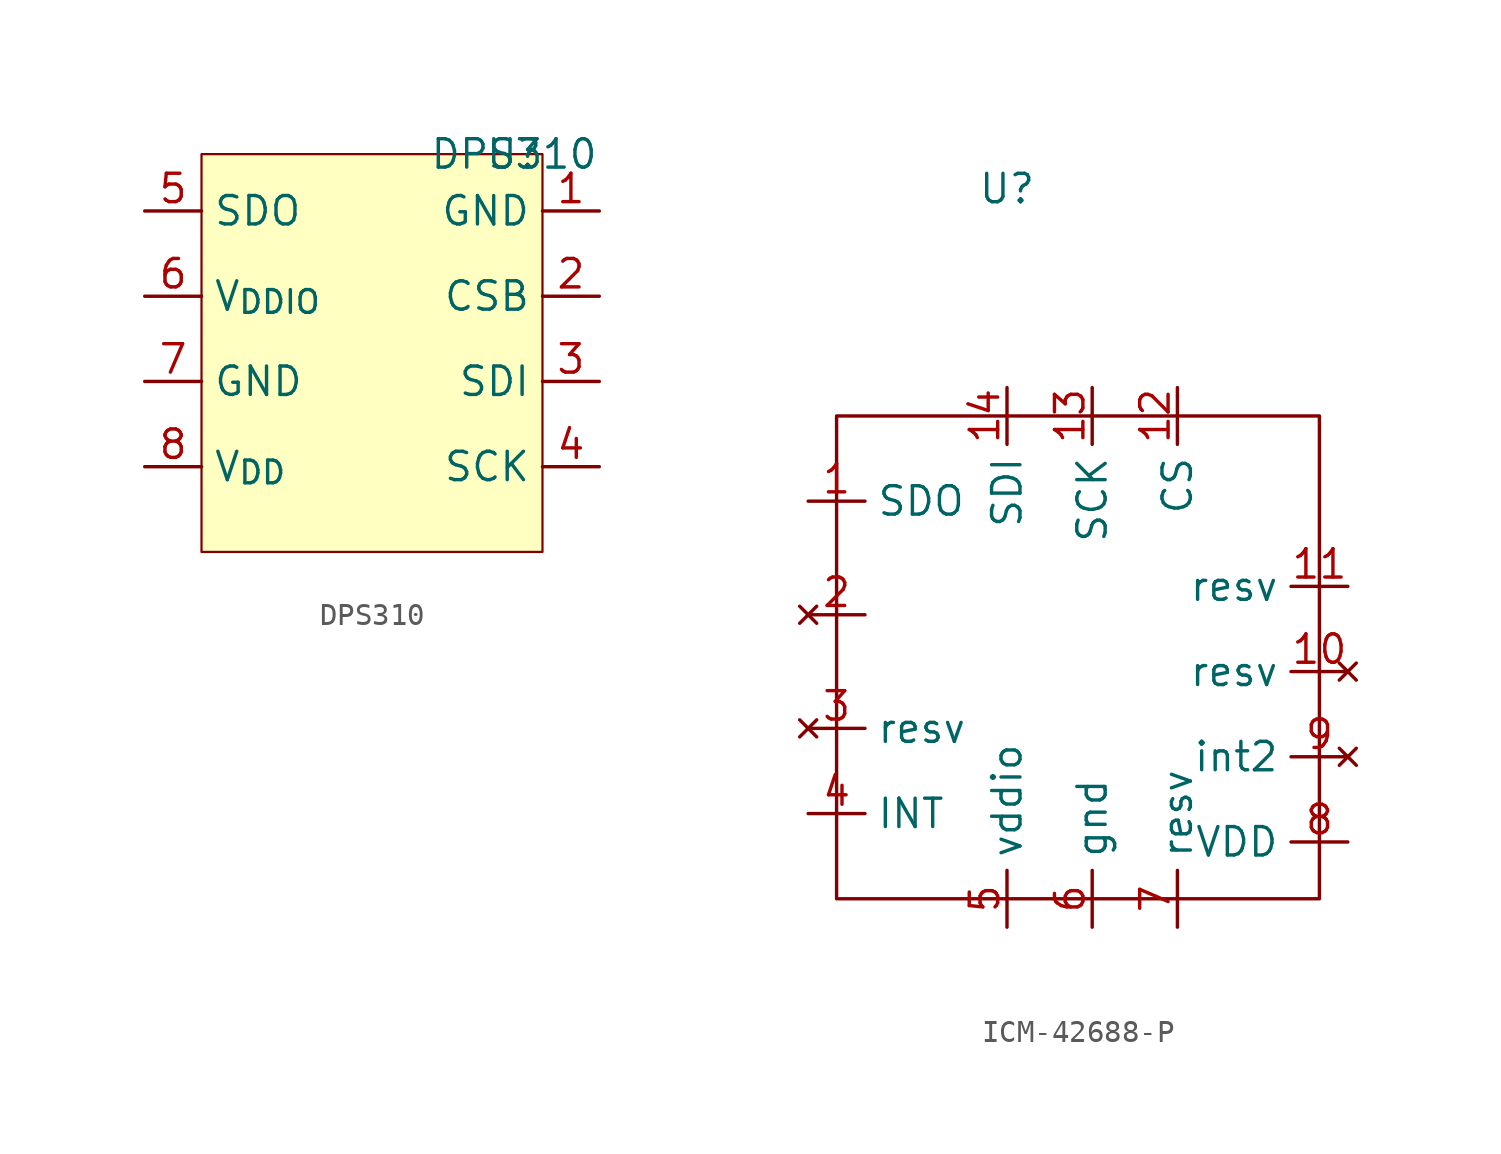
<source format=kicad_sym>
(kicad_symbol_lib
  (version 20220914)
  (generator kicad_symbol_editor)
  (symbol "DPS310"
    (property "Reference" "U"
      (at 0 0 0)
      (effects (font (size 1.27 1.27))))
    (property "Value" "DPS310"
      (at 0 0 0)
      (effects (font (size 1.27 1.27))))
    (symbol "DPS310_0_1"
      (rectangle (start -13.97 0) (end 1.27 -17.78) (stroke (width 0.1) (type default)) (fill (type background))))
    (symbol "DPS310_1_1"
      (pin power_out line (at 3.81 -2.54 180) (length 2.54) (name "GND" (effects (font (size 1.27 1.27)))) (number "1" (effects (font (size 1.27 1.27)))))
      (pin input line (at 3.81 -6.35 180) (length 2.54) (name "CSB" (effects (font (size 1.27 1.27)))) (number "2" (effects (font (size 1.27 1.27)))))
      (pin tri_state line (at 3.81 -10.16 180) (length 2.54) (name "SDI" (effects (font (size 1.27 1.27)))) (number "3" (effects (font (size 1.27 1.27)))))
      (pin tri_state line (at 3.81 -13.97 180) (length 2.54) (name "SCK" (effects (font (size 1.27 1.27)))) (number "4" (effects (font (size 1.27 1.27)))))
      (pin tri_state line (at -16.51 -2.54 0) (length 2.54) (name "SDO" (effects (font (size 1.27 1.27)))) (number "5" (effects (font (size 1.27 1.27)))))
      (pin power_in line (at -16.51 -6.35 0) (length 2.54) (name "V_{DDIO}" (effects (font (size 1.27 1.27)))) (number "6" (effects (font (size 1.27 1.27)))))
      (pin power_out line (at -16.51 -10.16 0) (length 2.54) (name "GND" (effects (font (size 1.27 1.27)))) (number "7" (effects (font (size 1.27 1.27)))))
      (pin power_in line (at -16.51 -13.97 0) (length 2.54) (name "V_{DD}" (effects (font (size 1.27 1.27)))) (number "8" (effects (font (size 1.27 1.27)))))))
  (symbol "ICM-42688-P"
    (property "Reference" "U"
      (at 0 0 0)
      (effects (font (size 1.27 1.27))))
    (property "Value" ""
      (at 0 0 0)
      (effects (font (size 1.27 1.27))))
    (symbol "ICM-42688-P_0_1"
      (rectangle (start -7.62 -10.16) (end 13.97 -31.75) (stroke (width 0) (type default)) (fill (type none))))
    (symbol "ICM-42688-P_1_1"
      (pin bidirectional line (at -8.89 -13.97 0) (length 2.54) (name "SDO" (effects (font (size 1.27 1.27)))) (number "1" (effects (font (size 1.27 1.27)))))
      (pin no_connect line (at 15.24 -21.59 180) (length 2.54) (name "resv" (effects (font (size 1.27 1.27)))) (number "10" (effects (font (size 1.27 1.27)))))
      (pin power_out line (at 15.24 -17.78 180) (length 2.54) (name "resv" (effects (font (size 1.27 1.27)))) (number "11" (effects (font (size 1.27 1.27)))))
      (pin input line (at 7.62 -8.89 270) (length 2.54) (name "CS" (effects (font (size 1.27 1.27)))) (number "12" (effects (font (size 1.27 1.27)))))
      (pin input line (at 3.81 -8.89 270) (length 2.54) (name "SCK" (effects (font (size 1.27 1.27)))) (number "13" (effects (font (size 1.27 1.27)))))
      (pin input line (at 0 -8.89 270) (length 2.54) (name "SDI" (effects (font (size 1.27 1.27)))) (number "14" (effects (font (size 1.27 1.27)))))
      (pin no_connect line (at -8.89 -19.05 0) (length 2.54) (name "" (effects (font (size 1.27 1.27)))) (number "2" (effects (font (size 1.27 1.27)))))
      (pin no_connect line (at -8.89 -24.13 0) (length 2.54) (name "resv" (effects (font (size 1.27 1.27)))) (number "3" (effects (font (size 1.27 1.27)))))
      (pin input line (at -8.89 -27.94 0) (length 2.54) (name "INT" (effects (font (size 1.27 1.27)))) (number "4" (effects (font (size 1.27 1.27)))))
      (pin power_in line (at 0 -33.02 90) (length 2.54) (name "vddio" (effects (font (size 1.27 1.27)))) (number "5" (effects (font (size 1.27 1.27)))))
      (pin power_out line (at 3.81 -33.02 90) (length 2.54) (name "gnd" (effects (font (size 1.27 1.27)))) (number "6" (effects (font (size 1.27 1.27)))))
      (pin power_out line (at 7.62 -33.02 90) (length 2.54) (name "resv" (effects (font (size 1.27 1.27)))) (number "7" (effects (font (size 1.27 1.27)))))
      (pin power_out line (at 15.24 -29.21 180) (length 2.54) (name "VDD" (effects (font (size 1.27 1.27)))) (number "8" (effects (font (size 1.27 1.27)))))
      (pin no_connect line (at 15.24 -25.4 180) (length 2.54) (name "int2" (effects (font (size 1.27 1.27)))) (number "9" (effects (font (size 1.27 1.27))))))))
</source>
